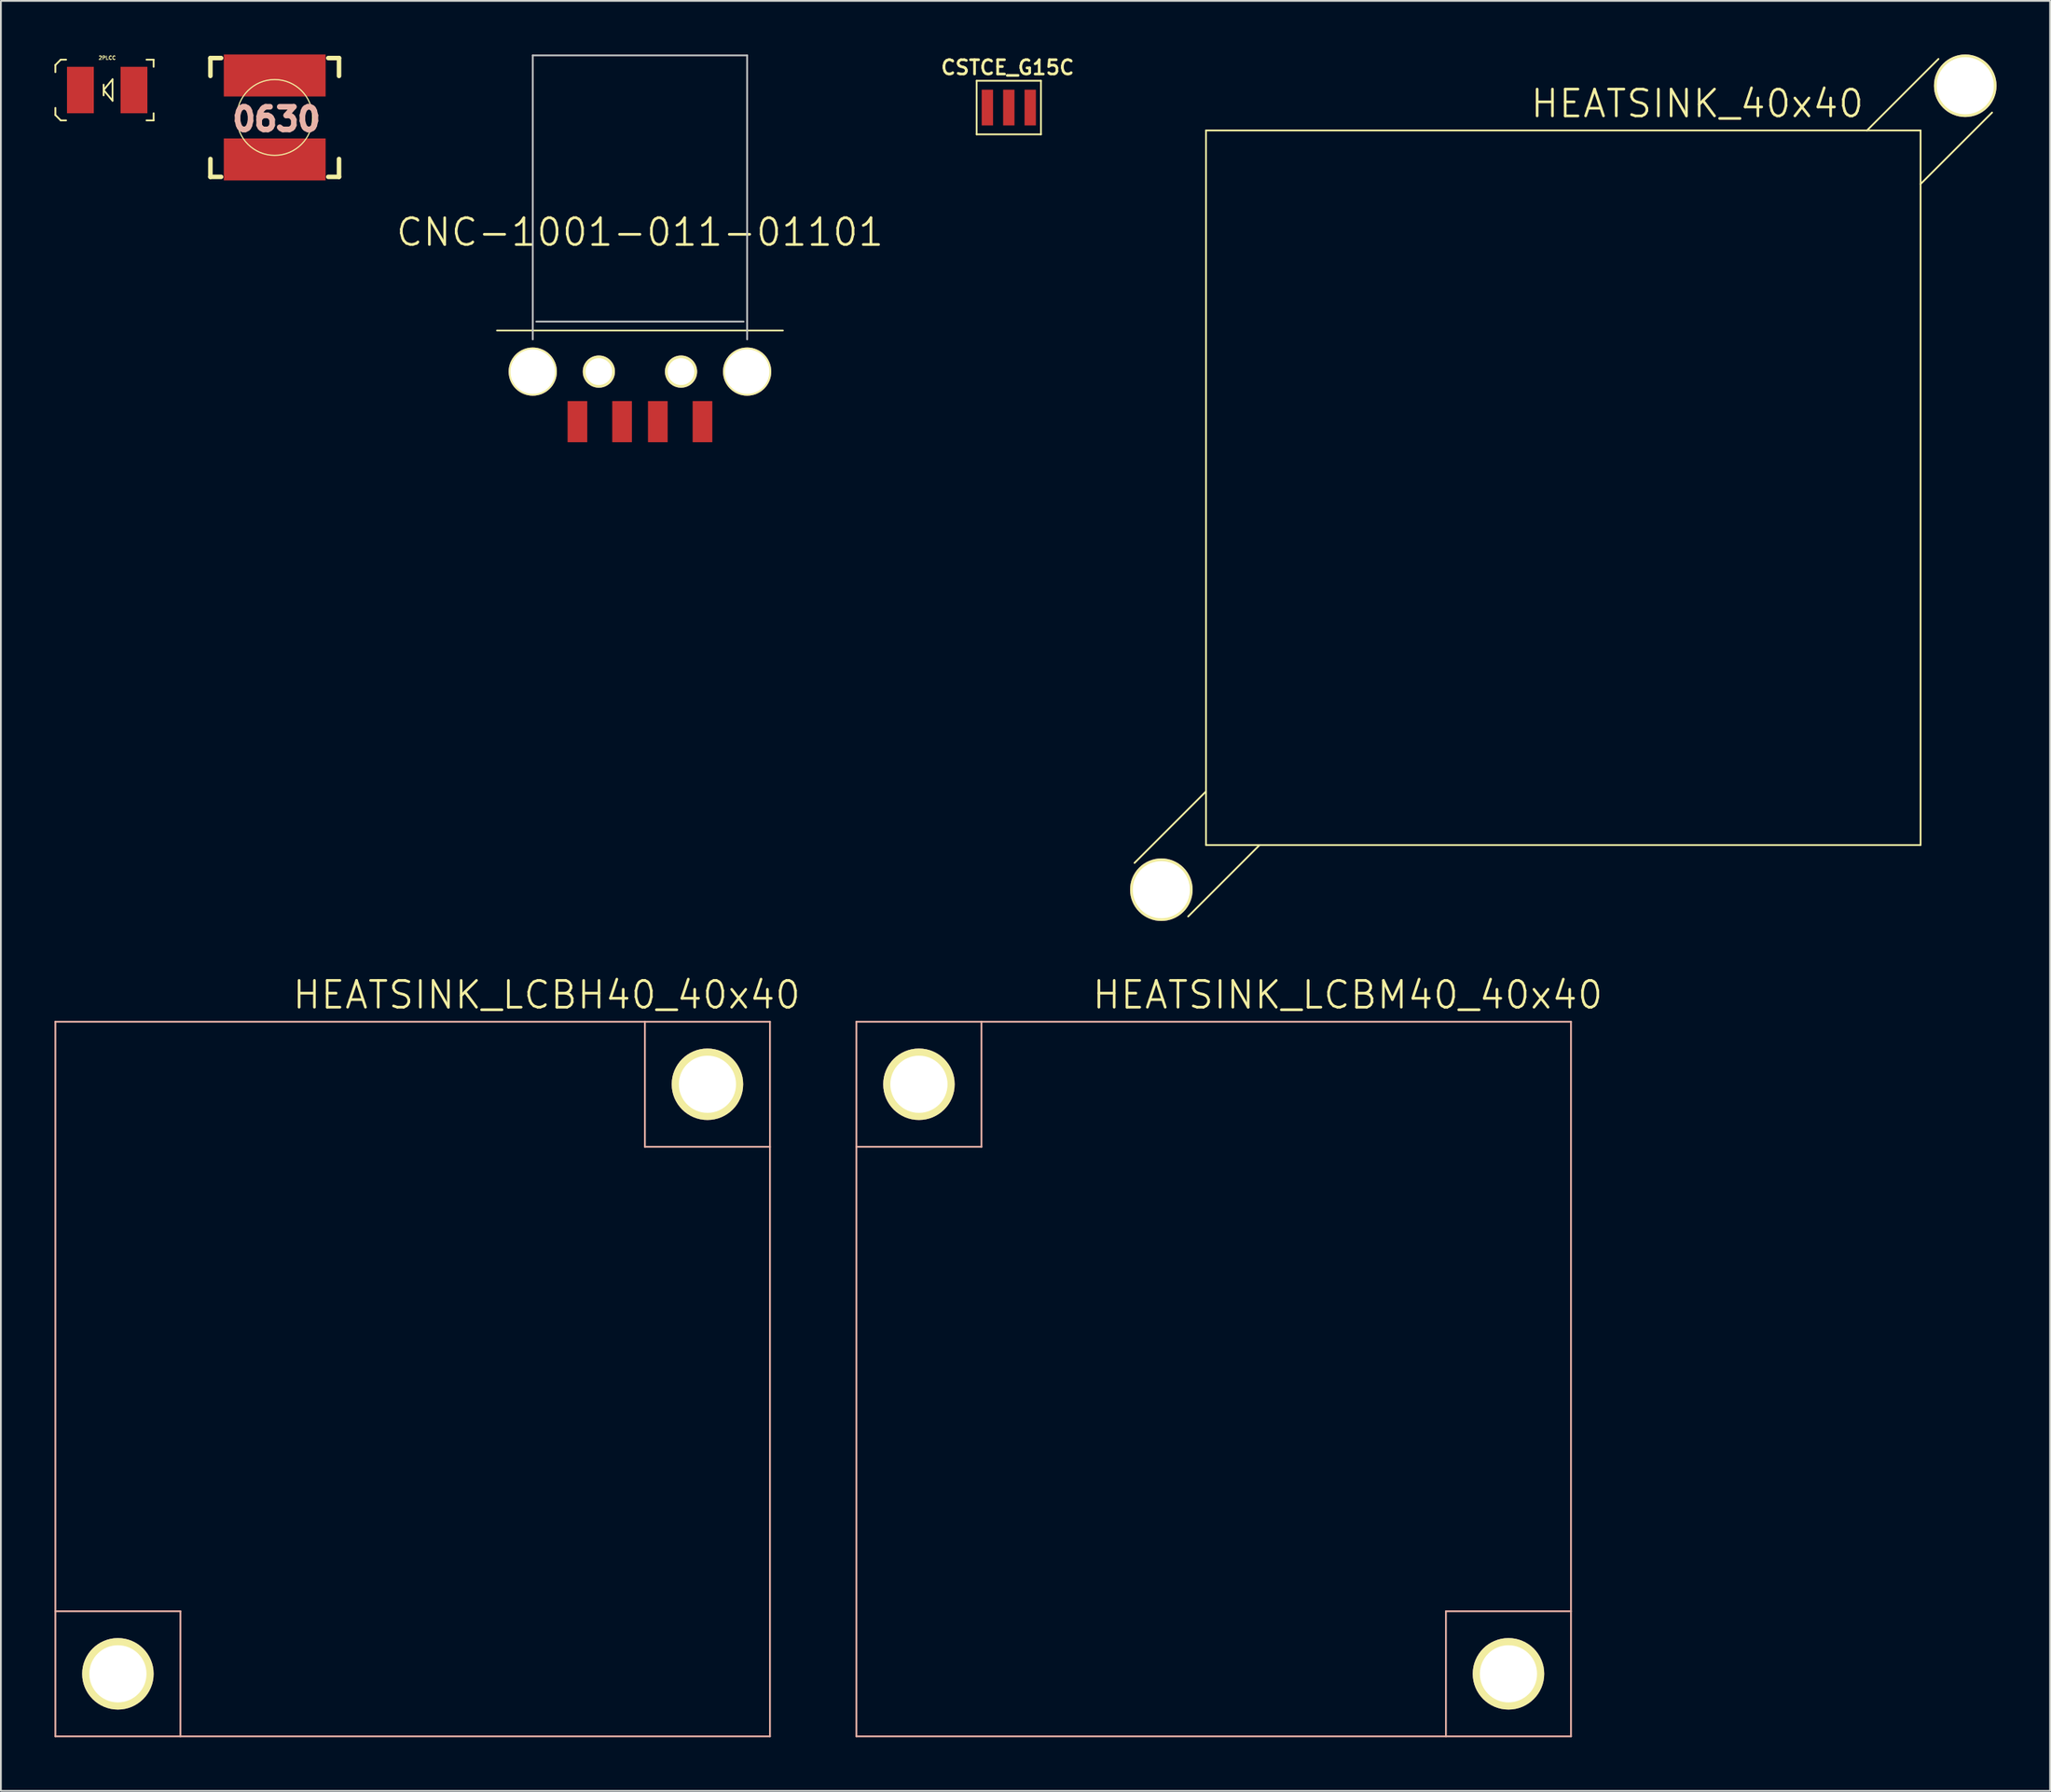
<source format=kicad_pcb>
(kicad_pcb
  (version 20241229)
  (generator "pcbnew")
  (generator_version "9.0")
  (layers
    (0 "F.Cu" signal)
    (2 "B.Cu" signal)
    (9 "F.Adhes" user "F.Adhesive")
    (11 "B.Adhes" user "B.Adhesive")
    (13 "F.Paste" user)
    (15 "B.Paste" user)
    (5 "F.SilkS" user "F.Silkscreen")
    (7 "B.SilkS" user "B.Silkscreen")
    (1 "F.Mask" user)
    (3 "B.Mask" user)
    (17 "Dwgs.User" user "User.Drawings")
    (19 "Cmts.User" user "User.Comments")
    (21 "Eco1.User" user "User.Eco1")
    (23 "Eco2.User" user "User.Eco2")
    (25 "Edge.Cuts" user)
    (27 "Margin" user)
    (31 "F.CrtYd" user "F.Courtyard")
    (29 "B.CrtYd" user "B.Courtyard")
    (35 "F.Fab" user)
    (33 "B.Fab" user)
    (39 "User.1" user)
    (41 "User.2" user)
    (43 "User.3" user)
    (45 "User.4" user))
  (footprint "HEATSINK_40x40"
    (layer "F.Cu")
    (at 84.458 24.25)
    (property "Reference" "HEATSINK_40x40" (at 7.5 -21.5 0) (layer "F.SilkS") (effects (font (size 1.5 1.5) (thickness 0.15))))
    (attr through_hole)
    (fp_line (start -20 -20) (end -20 20) (stroke (width 0.1) (type solid)) (layer "F.SilkS"))
    (fp_line (start -20 -20) (end 20 -20) (stroke (width 0.1) (type solid)) (layer "F.SilkS"))
    (fp_line (start -20 17) (end -24 21) (stroke (width 0.1) (type solid)) (layer "F.SilkS"))
    (fp_line (start -20 20) (end 20 20) (stroke (width 0.1) (type solid)) (layer "F.SilkS"))
    (fp_line (start -17 20) (end -21 24) (stroke (width 0.1) (type solid)) (layer "F.SilkS"))
    (fp_line (start 20 -20) (end 20 20) (stroke (width 0.1) (type solid)) (layer "F.SilkS"))
    (fp_line (start 21 -24) (end 17 -20) (stroke (width 0.1) (type solid)) (layer "F.SilkS"))
    (fp_line (start 24 -21) (end 20 -17) (stroke (width 0.1) (type solid)) (layer "F.SilkS"))
    (pad "0" thru_hole circle (at -22.5 22.5) (size 3.5 3.5) (drill 3.2) (layers "*.Cu" "*.Mask" "F.SilkS"))
    (pad "0" thru_hole circle (at 22.5 -22.5) (size 3.5 3.5) (drill 3.2) (layers "*.Cu" "*.Mask" "F.SilkS")))
  (footprint "0630"
    (layer "F.Cu")
    (at 12.327 3.525)
    (property "Reference" "0630" (at 0.1 0.1 0) (layer "B.SilkS") (effects (font (size 1.27 1.27) (thickness 0.318))))
    (attr smd)
    (fp_line (start -3.6 -3.325) (end -3.6 -2.325) (stroke (width 0.254) (type solid)) (layer "F.SilkS"))
    (fp_line (start -3.6 -3.325) (end -3 -3.325) (stroke (width 0.254) (type solid)) (layer "F.SilkS"))
    (fp_line (start -3.6 2.325) (end -3.6 3.325) (stroke (width 0.254) (type solid)) (layer "F.SilkS"))
    (fp_line (start -3.6 3.325) (end -3 3.325) (stroke (width 0.254) (type solid)) (layer "F.SilkS"))
    (fp_line (start 3 -3.325) (end 3.6 -3.325) (stroke (width 0.254) (type solid)) (layer "F.SilkS"))
    (fp_line (start 3 3.325) (end 3.6 3.325) (stroke (width 0.254) (type solid)) (layer "F.SilkS"))
    (fp_line (start 3.6 -3.325) (end 3.6 -2.325) (stroke (width 0.254) (type solid)) (layer "F.SilkS"))
    (fp_line (start 3.6 2.325) (end 3.6 3.325) (stroke (width 0.254) (type solid)) (layer "F.SilkS"))
    (fp_circle (center 0 0) (end 1.5 1.5) (stroke (width 0.064) (type solid)) (fill no) (layer "F.SilkS"))
    (pad "1" smd rect (at 0 -2.35) (size 5.7 2.35) (layers "F.Cu" "F.Mask" "F.Paste"))
    (pad "2" smd rect (at 0 2.35) (size 5.7 2.35) (layers "F.Cu" "F.Mask" "F.Paste")))
  (footprint "HEATSINK_LCBH40_40x40"
    (layer "F.Cu")
    (at 20.05 74.141)
    (property "Reference" "HEATSINK_LCBH40_40x40" (at 7.5 -21.5 0) (layer "F.SilkS") (effects (font (size 1.5 1.5) (thickness 0.15))))
    (attr through_hole)
    (fp_line (start -20 -20) (end -20 20) (stroke (width 0.1) (type solid)) (layer "B.SilkS"))
    (fp_line (start -20 -20) (end 20 -20) (stroke (width 0.1) (type solid)) (layer "B.SilkS"))
    (fp_line (start -20 13) (end -13 13) (stroke (width 0.1) (type solid)) (layer "B.SilkS"))
    (fp_line (start -20 20) (end 20 20) (stroke (width 0.1) (type solid)) (layer "B.SilkS"))
    (fp_line (start -13 13) (end -13 20) (stroke (width 0.1) (type solid)) (layer "B.SilkS"))
    (fp_line (start 13 -20) (end 13 -13) (stroke (width 0.1) (type solid)) (layer "B.SilkS"))
    (fp_line (start 13 -13) (end 20 -13) (stroke (width 0.1) (type solid)) (layer "B.SilkS"))
    (fp_line (start 20 -20) (end 20 20) (stroke (width 0.1) (type solid)) (layer "B.SilkS"))
    (pad "0" thru_hole circle (at -16.5 16.5) (size 4 4) (drill 3.2) (layers "*.Cu" "*.Mask" "F.SilkS"))
    (pad "0" thru_hole circle (at 16.5 -16.5) (size 4 4) (drill 3.2) (layers "*.Cu" "*.Mask" "F.SilkS")))
  (footprint "CSTCE_G15C"
    (layer "F.Cu")
    (at 53.419 2.971)
    (property "Reference" "CSTCE_G15C" (at -0.07 -2.24 0) (layer "F.SilkS") (effects (font (size 0.8 0.8) (thickness 0.15))))
    (attr through_hole)
    (fp_line (start -1.8 -1.5) (end -1.8 1.5) (stroke (width 0.1) (type solid)) (layer "F.SilkS"))
    (fp_line (start -1.8 -1.5) (end 1.8 -1.5) (stroke (width 0.1) (type solid)) (layer "F.SilkS"))
    (fp_line (start -1.8 1.5) (end 1.8 1.5) (stroke (width 0.1) (type solid)) (layer "F.SilkS"))
    (fp_line (start 1.8 -1.5) (end 1.8 1.5) (stroke (width 0.1) (type solid)) (layer "F.SilkS"))
    (pad "1" smd rect (at -1.2 0) (size 0.635 2) (layers "F.Cu" "F.Mask" "F.Paste"))
    (pad "2" smd rect (at 0 0) (size 0.635 2) (layers "F.Cu" "F.Mask" "F.Paste"))
    (pad "3" smd rect (at 1.2 0) (size 0.635 2) (layers "F.Cu" "F.Mask" "F.Paste")))
  (footprint "HEATSINK_LCBM40_40x40"
    (layer "F.Cu")
    (at 64.889 74.141)
    (property "Reference" "HEATSINK_LCBM40_40x40" (at 7.5 -21.5 0) (layer "F.SilkS") (effects (font (size 1.5 1.5) (thickness 0.15))))
    (attr through_hole)
    (fp_line (start -20 -20) (end -20 20) (stroke (width 0.1) (type solid)) (layer "B.SilkS"))
    (fp_line (start -20 -20) (end 20 -20) (stroke (width 0.1) (type solid)) (layer "B.SilkS"))
    (fp_line (start -20 20) (end 20 20) (stroke (width 0.1) (type solid)) (layer "B.SilkS"))
    (fp_line (start -13 -20) (end -13 -13) (stroke (width 0.1) (type solid)) (layer "B.SilkS"))
    (fp_line (start -13 -13) (end -20 -13) (stroke (width 0.1) (type solid)) (layer "B.SilkS"))
    (fp_line (start 13 13) (end 13 20) (stroke (width 0.1) (type solid)) (layer "B.SilkS"))
    (fp_line (start 20 -20) (end 20 20) (stroke (width 0.1) (type solid)) (layer "B.SilkS"))
    (fp_line (start 20 13) (end 13 13) (stroke (width 0.1) (type solid)) (layer "B.SilkS"))
    (pad "0" thru_hole circle (at -16.5 -16.5) (size 4 4) (drill 3.2) (layers "*.Cu" "*.Mask" "F.SilkS"))
    (pad "0" thru_hole circle (at 16.5 16.5) (size 4 4) (drill 3.2) (layers "*.Cu" "*.Mask" "F.SilkS")))
  (footprint "CNC-1001-011-01101"
    (layer "F.Cu")
    (at 32.772 17.75)
    (property "Reference" "CNC-1001-011-01101" (at 0 -7.8 0) (layer "F.SilkS") (effects (font (size 1.5 1.5) (thickness 0.15))))
    (attr through_hole)
    (fp_line (start -8 -2.3) (end 8 -2.3) (stroke (width 0.1) (type solid)) (layer "F.SilkS"))
    (fp_line (start -6 -17.7) (end 6 -17.7) (stroke (width 0.1) (type solid)) (layer "Dwgs.User"))
    (fp_line (start -6 -1.8) (end -6 -17.7) (stroke (width 0.1) (type solid)) (layer "Dwgs.User"))
    (fp_line (start -5.8 -2.8) (end 5.8 -2.8) (stroke (width 0.1) (type solid)) (layer "Dwgs.User"))
    (fp_line (start 6 -17.7) (end 6 -1.8) (stroke (width 0.1) (type solid)) (layer "Dwgs.User"))
    (pad "" thru_hole circle (at -6 0) (size 2.7 2.7) (drill 2.5) (layers "*.Cu" "*.Mask" "F.SilkS"))
    (pad "" thru_hole circle (at -2.3 0) (size 1.8 1.8) (drill 1.5) (layers "*.Cu" "*.Mask" "F.SilkS"))
    (pad "" thru_hole circle (at 2.3 0) (size 1.8 1.8) (drill 1.5) (layers "*.Cu" "*.Mask" "F.SilkS"))
    (pad "" thru_hole circle (at 6 0) (size 2.7 2.7) (drill 2.5) (layers "*.Cu" "*.Mask" "F.SilkS"))
    (pad "1" smd rect (at -3.5 2.8) (size 1.1 2.3) (layers "F.Cu" "F.Mask" "F.Paste"))
    (pad "2" smd rect (at -1 2.8) (size 1.1 2.3) (layers "F.Cu" "F.Mask" "F.Paste"))
    (pad "3" smd rect (at 1 2.8) (size 1.1 2.3) (layers "F.Cu" "F.Mask" "F.Paste"))
    (pad "5" smd rect (at 3.5 2.8) (size 1.1 2.3) (layers "F.Cu" "F.Mask" "F.Paste")))
  (footprint "2PLCC"
    (layer "F.Cu")
    (at 2.95 1.989)
    (property "Reference" "2PLCC" (at 0 -1.8 0) (layer "F.SilkS") (effects (font (size 0.201 0.201) (thickness 0.041))))
    (attr smd)
    (fp_line (start -2.9 -1.4) (end -2.9 -1) (stroke (width 0.1) (type solid)) (layer "F.SilkS"))
    (fp_line (start -2.9 1.4) (end -2.9 1) (stroke (width 0.1) (type solid)) (layer "F.SilkS"))
    (fp_line (start -2.6 -1.7) (end -2.9 -1.4) (stroke (width 0.1) (type solid)) (layer "F.SilkS"))
    (fp_line (start -2.6 1.7) (end -2.9 1.4) (stroke (width 0.1) (type solid)) (layer "F.SilkS"))
    (fp_line (start -2.3 -1.7) (end -2.6 -1.7) (stroke (width 0.1) (type solid)) (layer "F.SilkS"))
    (fp_line (start -2.3 1.7) (end -2.6 1.7) (stroke (width 0.1) (type solid)) (layer "F.SilkS"))
    (fp_line (start -0.2 -0.3) (end -0.2 0.3) (stroke (width 0.1) (type solid)) (layer "F.SilkS"))
    (fp_line (start -0.2 0) (end 0.3 -0.6) (stroke (width 0.1) (type solid)) (layer "F.SilkS"))
    (fp_line (start 0.3 -0.6) (end 0.3 0.6) (stroke (width 0.1) (type solid)) (layer "F.SilkS"))
    (fp_line (start 0.3 0.6) (end -0.2 0) (stroke (width 0.1) (type solid)) (layer "F.SilkS"))
    (fp_line (start 2.2 -1.7) (end 2.6 -1.7) (stroke (width 0.1) (type solid)) (layer "F.SilkS"))
    (fp_line (start 2.2 1.7) (end 2.6 1.7) (stroke (width 0.1) (type solid)) (layer "F.SilkS"))
    (fp_line (start 2.6 -1.7) (end 2.6 -1.3) (stroke (width 0.1) (type solid)) (layer "F.SilkS"))
    (fp_line (start 2.6 1.7) (end 2.6 1.3) (stroke (width 0.1) (type solid)) (layer "F.SilkS"))
    (pad "1" smd rect (at 1.5 0) (size 1.5 2.6) (layers "F.Cu" "F.Mask" "F.Paste"))
    (pad "2" smd rect (at -1.5 0) (size 1.5 2.6) (layers "F.Cu" "F.Mask" "F.Paste")))
  (gr_rect
    (start -3 -3)
    (end 111.708 97.191)
    (stroke (width 0.1) (type default))
    (fill no)
    (layer "Edge.Cuts")))
</source>
